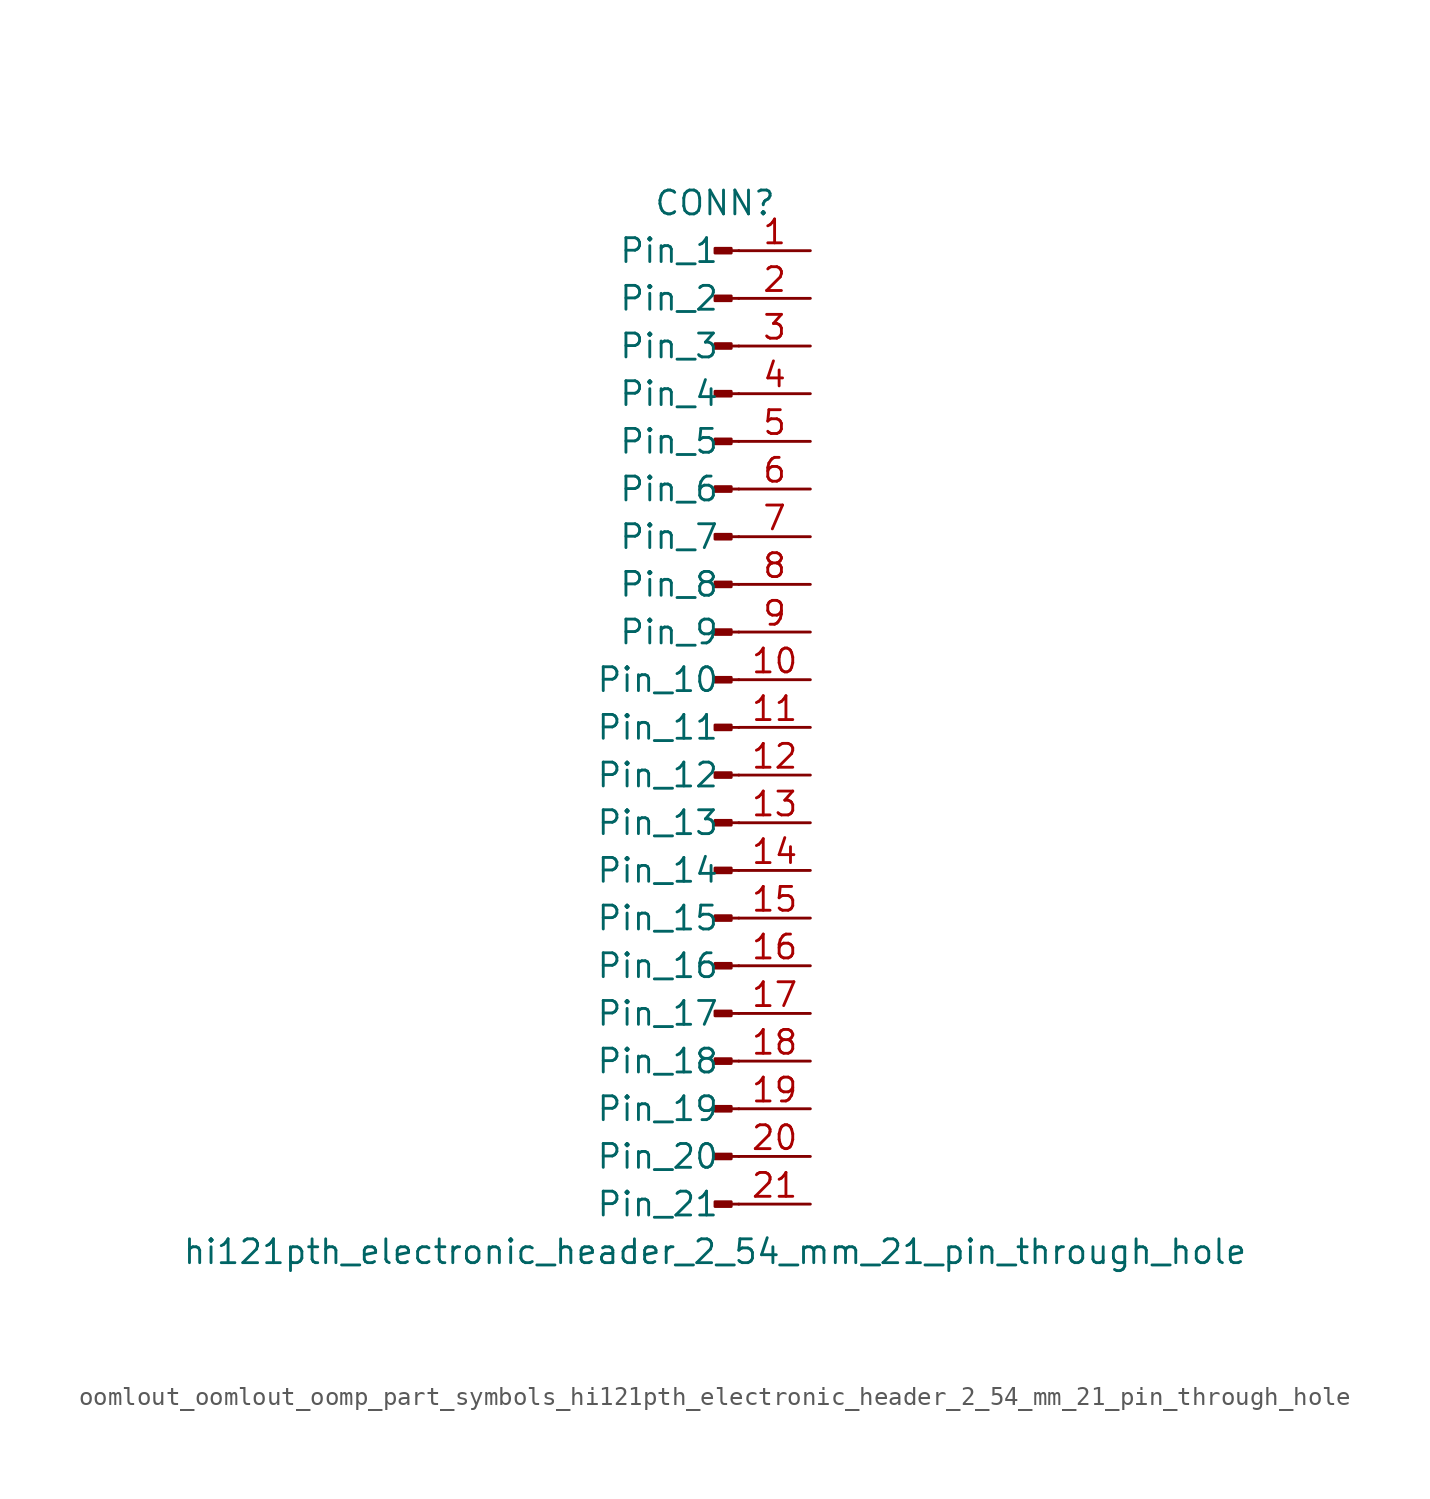
<source format=kicad_sym>
(kicad_symbol_lib
  (version 20220914)
  (generator kicad_symbol_editor)
  (symbol "oomlout_oomlout_oomp_part_symbols_hi121pth_electronic_header_2_54_mm_21_pin_through_hole"
    (pin_names
      (offset 1.016))
    (property "Reference" "CONN"
      (at 0 27.94 0)
      (effects (font (size 1.27 1.27))))
    (property "Value" "hi121pth_electronic_header_2_54_mm_21_pin_through_hole"
      (at 0 -27.94 0)
      (effects (font (size 1.27 1.27))))
    (property "ki_locked" ""
      (at 0 0 0)
      (effects (font (size 1.27 1.27))))
    (symbol "oomlout_oomlout_oomp_part_symbols_hi121pth_electronic_header_2_54_mm_21_pin_through_hole_1_1"
      (polyline (pts (xy 1.27 -25.4) (xy 0.864 -25.4)) (stroke (width 0.152) (type default)) (fill (type none)))
      (polyline (pts (xy 1.27 -22.86) (xy 0.864 -22.86)) (stroke (width 0.152) (type default)) (fill (type none)))
      (polyline (pts (xy 1.27 -20.32) (xy 0.864 -20.32)) (stroke (width 0.152) (type default)) (fill (type none)))
      (polyline (pts (xy 1.27 -17.78) (xy 0.864 -17.78)) (stroke (width 0.152) (type default)) (fill (type none)))
      (polyline (pts (xy 1.27 -15.24) (xy 0.864 -15.24)) (stroke (width 0.152) (type default)) (fill (type none)))
      (polyline (pts (xy 1.27 -12.7) (xy 0.864 -12.7)) (stroke (width 0.152) (type default)) (fill (type none)))
      (polyline (pts (xy 1.27 -10.16) (xy 0.864 -10.16)) (stroke (width 0.152) (type default)) (fill (type none)))
      (polyline (pts (xy 1.27 -7.62) (xy 0.864 -7.62)) (stroke (width 0.152) (type default)) (fill (type none)))
      (polyline (pts (xy 1.27 -5.08) (xy 0.864 -5.08)) (stroke (width 0.152) (type default)) (fill (type none)))
      (polyline (pts (xy 1.27 -2.54) (xy 0.864 -2.54)) (stroke (width 0.152) (type default)) (fill (type none)))
      (polyline (pts (xy 1.27 0) (xy 0.864 0)) (stroke (width 0.152) (type default)) (fill (type none)))
      (polyline (pts (xy 1.27 2.54) (xy 0.864 2.54)) (stroke (width 0.152) (type default)) (fill (type none)))
      (polyline (pts (xy 1.27 5.08) (xy 0.864 5.08)) (stroke (width 0.152) (type default)) (fill (type none)))
      (polyline (pts (xy 1.27 7.62) (xy 0.864 7.62)) (stroke (width 0.152) (type default)) (fill (type none)))
      (polyline (pts (xy 1.27 10.16) (xy 0.864 10.16)) (stroke (width 0.152) (type default)) (fill (type none)))
      (polyline (pts (xy 1.27 12.7) (xy 0.864 12.7)) (stroke (width 0.152) (type default)) (fill (type none)))
      (polyline (pts (xy 1.27 15.24) (xy 0.864 15.24)) (stroke (width 0.152) (type default)) (fill (type none)))
      (polyline (pts (xy 1.27 17.78) (xy 0.864 17.78)) (stroke (width 0.152) (type default)) (fill (type none)))
      (polyline (pts (xy 1.27 20.32) (xy 0.864 20.32)) (stroke (width 0.152) (type default)) (fill (type none)))
      (polyline (pts (xy 1.27 22.86) (xy 0.864 22.86)) (stroke (width 0.152) (type default)) (fill (type none)))
      (polyline (pts (xy 1.27 25.4) (xy 0.864 25.4)) (stroke (width 0.152) (type default)) (fill (type none)))
      (rectangle (start 0.864 -25.273) (end 0 -25.527) (stroke (width 0.152) (type default)) (fill (type outline)))
      (rectangle (start 0.864 -22.733) (end 0 -22.987) (stroke (width 0.152) (type default)) (fill (type outline)))
      (rectangle (start 0.864 -20.193) (end 0 -20.447) (stroke (width 0.152) (type default)) (fill (type outline)))
      (rectangle (start 0.864 -17.653) (end 0 -17.907) (stroke (width 0.152) (type default)) (fill (type outline)))
      (rectangle (start 0.864 -15.113) (end 0 -15.367) (stroke (width 0.152) (type default)) (fill (type outline)))
      (rectangle (start 0.864 -12.573) (end 0 -12.827) (stroke (width 0.152) (type default)) (fill (type outline)))
      (rectangle (start 0.864 -10.033) (end 0 -10.287) (stroke (width 0.152) (type default)) (fill (type outline)))
      (rectangle (start 0.864 -7.493) (end 0 -7.747) (stroke (width 0.152) (type default)) (fill (type outline)))
      (rectangle (start 0.864 -4.953) (end 0 -5.207) (stroke (width 0.152) (type default)) (fill (type outline)))
      (rectangle (start 0.864 -2.413) (end 0 -2.667) (stroke (width 0.152) (type default)) (fill (type outline)))
      (rectangle (start 0.864 0.127) (end 0 -0.127) (stroke (width 0.152) (type default)) (fill (type outline)))
      (rectangle (start 0.864 2.667) (end 0 2.413) (stroke (width 0.152) (type default)) (fill (type outline)))
      (rectangle (start 0.864 5.207) (end 0 4.953) (stroke (width 0.152) (type default)) (fill (type outline)))
      (rectangle (start 0.864 7.747) (end 0 7.493) (stroke (width 0.152) (type default)) (fill (type outline)))
      (rectangle (start 0.864 10.287) (end 0 10.033) (stroke (width 0.152) (type default)) (fill (type outline)))
      (rectangle (start 0.864 12.827) (end 0 12.573) (stroke (width 0.152) (type default)) (fill (type outline)))
      (rectangle (start 0.864 15.367) (end 0 15.113) (stroke (width 0.152) (type default)) (fill (type outline)))
      (rectangle (start 0.864 17.907) (end 0 17.653) (stroke (width 0.152) (type default)) (fill (type outline)))
      (rectangle (start 0.864 20.447) (end 0 20.193) (stroke (width 0.152) (type default)) (fill (type outline)))
      (rectangle (start 0.864 22.987) (end 0 22.733) (stroke (width 0.152) (type default)) (fill (type outline)))
      (rectangle (start 0.864 25.527) (end 0 25.273) (stroke (width 0.152) (type default)) (fill (type outline)))
      (pin passive line (at 5.08 25.4 180) (length 3.81) (name "Pin_1" (effects (font (size 1.27 1.27)))) (number "1" (effects (font (size 1.27 1.27)))))
      (pin passive line (at 5.08 2.54 180) (length 3.81) (name "Pin_10" (effects (font (size 1.27 1.27)))) (number "10" (effects (font (size 1.27 1.27)))))
      (pin passive line (at 5.08 0 180) (length 3.81) (name "Pin_11" (effects (font (size 1.27 1.27)))) (number "11" (effects (font (size 1.27 1.27)))))
      (pin passive line (at 5.08 -2.54 180) (length 3.81) (name "Pin_12" (effects (font (size 1.27 1.27)))) (number "12" (effects (font (size 1.27 1.27)))))
      (pin passive line (at 5.08 -5.08 180) (length 3.81) (name "Pin_13" (effects (font (size 1.27 1.27)))) (number "13" (effects (font (size 1.27 1.27)))))
      (pin passive line (at 5.08 -7.62 180) (length 3.81) (name "Pin_14" (effects (font (size 1.27 1.27)))) (number "14" (effects (font (size 1.27 1.27)))))
      (pin passive line (at 5.08 -10.16 180) (length 3.81) (name "Pin_15" (effects (font (size 1.27 1.27)))) (number "15" (effects (font (size 1.27 1.27)))))
      (pin passive line (at 5.08 -12.7 180) (length 3.81) (name "Pin_16" (effects (font (size 1.27 1.27)))) (number "16" (effects (font (size 1.27 1.27)))))
      (pin passive line (at 5.08 -15.24 180) (length 3.81) (name "Pin_17" (effects (font (size 1.27 1.27)))) (number "17" (effects (font (size 1.27 1.27)))))
      (pin passive line (at 5.08 -17.78 180) (length 3.81) (name "Pin_18" (effects (font (size 1.27 1.27)))) (number "18" (effects (font (size 1.27 1.27)))))
      (pin passive line (at 5.08 -20.32 180) (length 3.81) (name "Pin_19" (effects (font (size 1.27 1.27)))) (number "19" (effects (font (size 1.27 1.27)))))
      (pin passive line (at 5.08 22.86 180) (length 3.81) (name "Pin_2" (effects (font (size 1.27 1.27)))) (number "2" (effects (font (size 1.27 1.27)))))
      (pin passive line (at 5.08 -22.86 180) (length 3.81) (name "Pin_20" (effects (font (size 1.27 1.27)))) (number "20" (effects (font (size 1.27 1.27)))))
      (pin passive line (at 5.08 -25.4 180) (length 3.81) (name "Pin_21" (effects (font (size 1.27 1.27)))) (number "21" (effects (font (size 1.27 1.27)))))
      (pin passive line (at 5.08 20.32 180) (length 3.81) (name "Pin_3" (effects (font (size 1.27 1.27)))) (number "3" (effects (font (size 1.27 1.27)))))
      (pin passive line (at 5.08 17.78 180) (length 3.81) (name "Pin_4" (effects (font (size 1.27 1.27)))) (number "4" (effects (font (size 1.27 1.27)))))
      (pin passive line (at 5.08 15.24 180) (length 3.81) (name "Pin_5" (effects (font (size 1.27 1.27)))) (number "5" (effects (font (size 1.27 1.27)))))
      (pin passive line (at 5.08 12.7 180) (length 3.81) (name "Pin_6" (effects (font (size 1.27 1.27)))) (number "6" (effects (font (size 1.27 1.27)))))
      (pin passive line (at 5.08 10.16 180) (length 3.81) (name "Pin_7" (effects (font (size 1.27 1.27)))) (number "7" (effects (font (size 1.27 1.27)))))
      (pin passive line (at 5.08 7.62 180) (length 3.81) (name "Pin_8" (effects (font (size 1.27 1.27)))) (number "8" (effects (font (size 1.27 1.27)))))
      (pin passive line (at 5.08 5.08 180) (length 3.81) (name "Pin_9" (effects (font (size 1.27 1.27)))) (number "9" (effects (font (size 1.27 1.27))))))))
</source>
